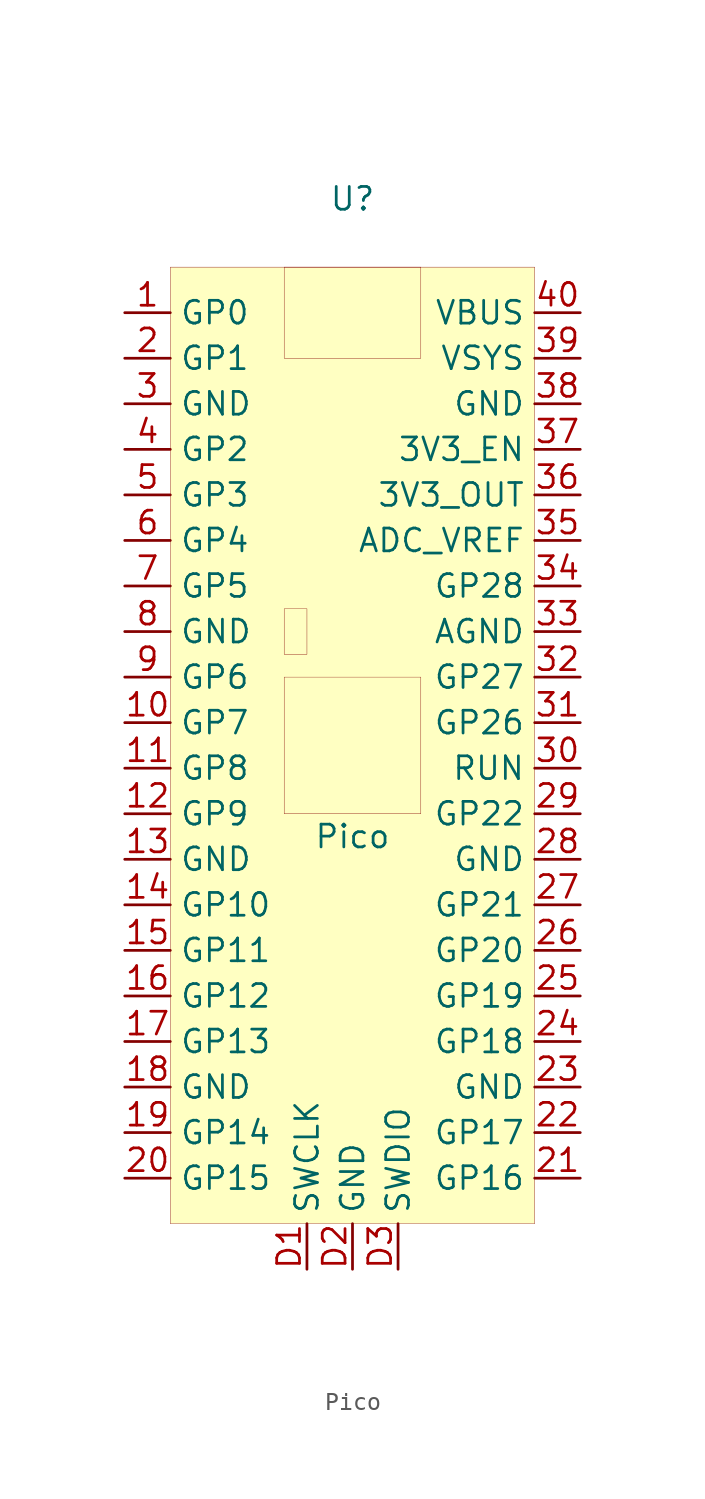
<source format=kicad_sym>
(kicad_symbol_lib
  (version 20201005)
  (generator kicad_symbol_editor)
  (symbol "pi400-pico-plate:Pico"
    (property "Reference" "U"
      (at 0 25.4 0)
      (effects (font (size 1.27 1.27))))
    (property "Value" "Pico"
      (at 0 -10.16 0)
      (effects (font (size 1.27 1.27))))
    (symbol "Pico_0_1"
      (rectangle (start -10.16 21.59) (end 10.16 -31.75) (stroke (width 0.001)) (fill (type background)))
      (rectangle (start -3.81 -1.27) (end 3.81 -8.89) (stroke (width 0.001)) (fill (type none)))
      (rectangle (start -3.81 0) (end -2.54 2.54) (stroke (width 0.001)) (fill (type none)))
      (rectangle (start -3.81 21.59) (end 3.81 16.51) (stroke (width 0.001)) (fill (type none))))
    (symbol "Pico_1_1"
      (pin bidirectional line (at -12.7 19.05 0) (length 2.54) (name "GP0" (effects (font (size 1.27 1.27)))) (number "1" (effects (font (size 1.27 1.27)))))
      (pin bidirectional line (at -12.7 16.51 0) (length 2.54) (name "GP1" (effects (font (size 1.27 1.27)))) (number "2" (effects (font (size 1.27 1.27)))))
      (pin bidirectional line (at -12.7 11.43 0) (length 2.54) (name "GP2" (effects (font (size 1.27 1.27)))) (number "4" (effects (font (size 1.27 1.27)))))
      (pin bidirectional line (at -12.7 8.89 0) (length 2.54) (name "GP3" (effects (font (size 1.27 1.27)))) (number "5" (effects (font (size 1.27 1.27)))))
      (pin bidirectional line (at -12.7 6.35 0) (length 2.54) (name "GP4" (effects (font (size 1.27 1.27)))) (number "6" (effects (font (size 1.27 1.27)))))
      (pin bidirectional line (at -12.7 3.81 0) (length 2.54) (name "GP5" (effects (font (size 1.27 1.27)))) (number "7" (effects (font (size 1.27 1.27)))))
      (pin bidirectional line (at -12.7 -1.27 0) (length 2.54) (name "GP6" (effects (font (size 1.27 1.27)))) (number "9" (effects (font (size 1.27 1.27)))))
      (pin bidirectional line (at -12.7 -3.81 0) (length 2.54) (name "GP7" (effects (font (size 1.27 1.27)))) (number "10" (effects (font (size 1.27 1.27)))))
      (pin bidirectional line (at -12.7 -6.35 0) (length 2.54) (name "GP8" (effects (font (size 1.27 1.27)))) (number "11" (effects (font (size 1.27 1.27)))))
      (pin bidirectional line (at -12.7 -8.89 0) (length 2.54) (name "GP9" (effects (font (size 1.27 1.27)))) (number "12" (effects (font (size 1.27 1.27)))))
      (pin bidirectional line (at -12.7 -13.97 0) (length 2.54) (name "GP10" (effects (font (size 1.27 1.27)))) (number "14" (effects (font (size 1.27 1.27)))))
      (pin bidirectional line (at -12.7 -16.51 0) (length 2.54) (name "GP11" (effects (font (size 1.27 1.27)))) (number "15" (effects (font (size 1.27 1.27)))))
      (pin bidirectional line (at -12.7 -19.05 0) (length 2.54) (name "GP12" (effects (font (size 1.27 1.27)))) (number "16" (effects (font (size 1.27 1.27)))))
      (pin bidirectional line (at -12.7 -21.59 0) (length 2.54) (name "GP13" (effects (font (size 1.27 1.27)))) (number "17" (effects (font (size 1.27 1.27)))))
      (pin bidirectional line (at -12.7 -26.67 0) (length 2.54) (name "GP14" (effects (font (size 1.27 1.27)))) (number "19" (effects (font (size 1.27 1.27)))))
      (pin bidirectional line (at -12.7 -29.21 0) (length 2.54) (name "GP15" (effects (font (size 1.27 1.27)))) (number "20" (effects (font (size 1.27 1.27)))))
      (pin bidirectional line (at 12.7 -29.21 180) (length 2.54) (name "GP16" (effects (font (size 1.27 1.27)))) (number "21" (effects (font (size 1.27 1.27)))))
      (pin bidirectional line (at 12.7 -26.67 180) (length 2.54) (name "GP17" (effects (font (size 1.27 1.27)))) (number "22" (effects (font (size 1.27 1.27)))))
      (pin bidirectional line (at 12.7 -21.59 180) (length 2.54) (name "GP18" (effects (font (size 1.27 1.27)))) (number "24" (effects (font (size 1.27 1.27)))))
      (pin bidirectional line (at 12.7 -19.05 180) (length 2.54) (name "GP19" (effects (font (size 1.27 1.27)))) (number "25" (effects (font (size 1.27 1.27)))))
      (pin bidirectional line (at 12.7 -16.51 180) (length 2.54) (name "GP20" (effects (font (size 1.27 1.27)))) (number "26" (effects (font (size 1.27 1.27)))))
      (pin bidirectional line (at 12.7 -13.97 180) (length 2.54) (name "GP21" (effects (font (size 1.27 1.27)))) (number "27" (effects (font (size 1.27 1.27)))))
      (pin bidirectional line (at 12.7 -8.89 180) (length 2.54) (name "GP22" (effects (font (size 1.27 1.27)))) (number "29" (effects (font (size 1.27 1.27)))))
      (pin bidirectional line (at 12.7 -3.81 180) (length 2.54) (name "GP26" (effects (font (size 1.27 1.27)))) (number "31" (effects (font (size 1.27 1.27)))))
      (pin bidirectional line (at 12.7 -1.27 180) (length 2.54) (name "GP27" (effects (font (size 1.27 1.27)))) (number "32" (effects (font (size 1.27 1.27)))))
      (pin bidirectional line (at 12.7 3.81 180) (length 2.54) (name "GP28" (effects (font (size 1.27 1.27)))) (number "34" (effects (font (size 1.27 1.27)))))
      (pin passive line (at -12.7 13.97 0) (length 2.54) (name "GND" (effects (font (size 1.27 1.27)))) (number "3" (effects (font (size 1.27 1.27)))))
      (pin passive line (at -12.7 1.27 0) (length 2.54) (name "GND" (effects (font (size 1.27 1.27)))) (number "8" (effects (font (size 1.27 1.27)))))
      (pin passive line (at -12.7 -11.43 0) (length 2.54) (name "GND" (effects (font (size 1.27 1.27)))) (number "13" (effects (font (size 1.27 1.27)))))
      (pin passive line (at -12.7 -24.13 0) (length 2.54) (name "GND" (effects (font (size 1.27 1.27)))) (number "18" (effects (font (size 1.27 1.27)))))
      (pin passive line (at 12.7 -24.13 180) (length 2.54) (name "GND" (effects (font (size 1.27 1.27)))) (number "23" (effects (font (size 1.27 1.27)))))
      (pin passive line (at 12.7 -11.43 180) (length 2.54) (name "GND" (effects (font (size 1.27 1.27)))) (number "28" (effects (font (size 1.27 1.27)))))
      (pin passive line (at 12.7 1.27 180) (length 2.54) (name "AGND" (effects (font (size 1.27 1.27)))) (number "33" (effects (font (size 1.27 1.27)))))
      (pin passive line (at 12.7 6.35 180) (length 2.54) (name "ADC_VREF" (effects (font (size 1.27 1.27)))) (number "35" (effects (font (size 1.27 1.27)))))
      (pin power_out line (at 12.7 8.89 180) (length 2.54) (name "3V3_OUT" (effects (font (size 1.27 1.27)))) (number "36" (effects (font (size 1.27 1.27)))))
      (pin input line (at 12.7 11.43 180) (length 2.54) (name "3V3_EN" (effects (font (size 1.27 1.27)))) (number "37" (effects (font (size 1.27 1.27)))))
      (pin passive line (at 12.7 13.97 180) (length 2.54) (name "GND" (effects (font (size 1.27 1.27)))) (number "38" (effects (font (size 1.27 1.27)))))
      (pin power_out line (at 12.7 16.51 180) (length 2.54) (name "VSYS" (effects (font (size 1.27 1.27)))) (number "39" (effects (font (size 1.27 1.27)))))
      (pin power_out line (at 12.7 19.05 180) (length 2.54) (name "VBUS" (effects (font (size 1.27 1.27)))) (number "40" (effects (font (size 1.27 1.27)))))
      (pin input line (at -2.54 -34.29 90) (length 2.54) (name "SWCLK" (effects (font (size 1.27 1.27)))) (number "D1" (effects (font (size 1.27 1.27)))))
      (pin passive line (at 0 -34.29 90) (length 2.54) (name "GND" (effects (font (size 1.27 1.27)))) (number "D2" (effects (font (size 1.27 1.27)))))
      (pin bidirectional line (at 2.54 -34.29 90) (length 2.54) (name "SWDIO" (effects (font (size 1.27 1.27)))) (number "D3" (effects (font (size 1.27 1.27)))))
      (pin input line (at 12.7 -6.35 180) (length 2.54) (name "RUN" (effects (font (size 1.27 1.27)))) (number "30" (effects (font (size 1.27 1.27))))))))
</source>
